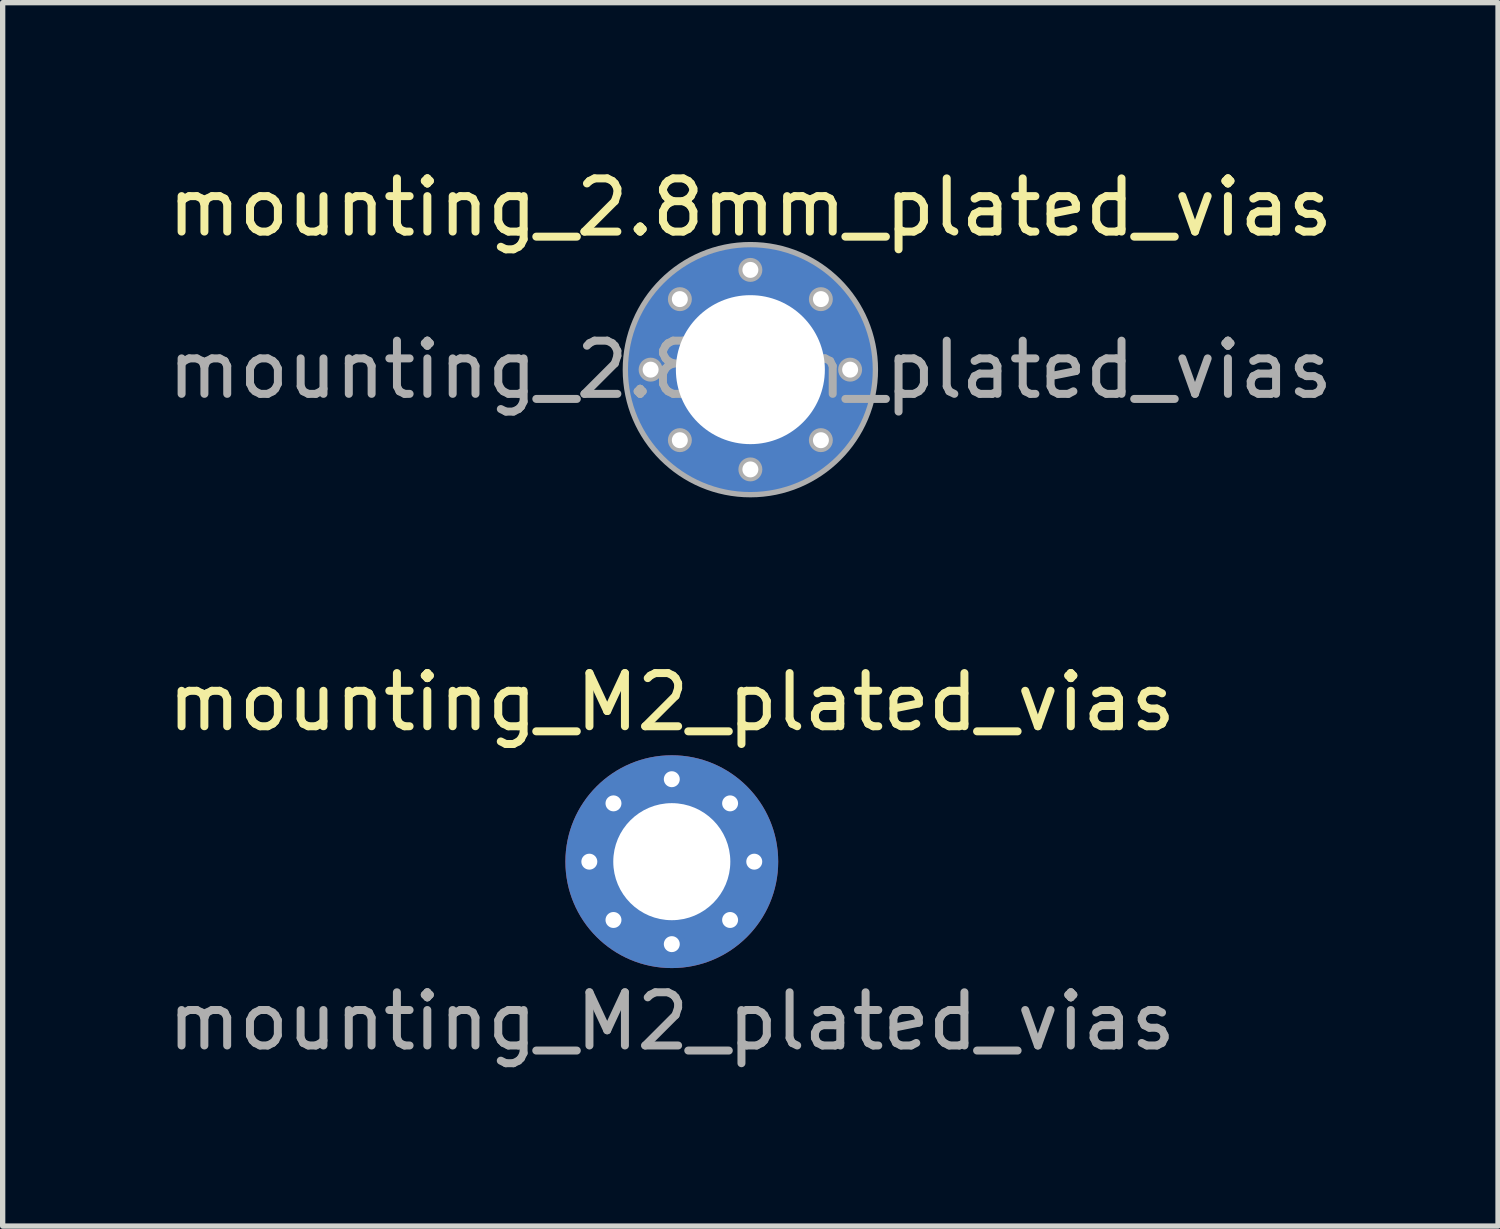
<source format=kicad_pcb>
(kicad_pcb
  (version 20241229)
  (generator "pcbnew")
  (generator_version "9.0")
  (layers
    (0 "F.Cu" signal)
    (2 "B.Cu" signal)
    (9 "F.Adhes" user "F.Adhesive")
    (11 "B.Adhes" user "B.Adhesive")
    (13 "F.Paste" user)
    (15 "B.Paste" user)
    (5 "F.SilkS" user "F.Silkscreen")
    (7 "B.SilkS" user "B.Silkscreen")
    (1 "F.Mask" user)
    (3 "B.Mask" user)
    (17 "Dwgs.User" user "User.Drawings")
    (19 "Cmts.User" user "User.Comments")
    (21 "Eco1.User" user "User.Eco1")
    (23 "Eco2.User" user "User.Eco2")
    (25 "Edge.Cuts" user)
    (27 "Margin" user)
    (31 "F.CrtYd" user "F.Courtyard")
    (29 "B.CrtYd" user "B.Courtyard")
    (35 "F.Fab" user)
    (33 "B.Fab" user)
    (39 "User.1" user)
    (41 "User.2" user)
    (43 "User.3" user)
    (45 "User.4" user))
  (footprint "mounting_M2_plated_vias"
    (layer "F.Cu")
    (at 9.577 13.146)
    (property "Reference" "mounting_M2_plated_vias" (at 0 -3 0) (unlocked yes) (layer "F.SilkS") (effects (font (size 1 1) (thickness 0.15))))
    (attr smd)
    (fp_text user "${REFERENCE}" (at 0 3 0) (unlocked yes) (layer "F.Fab") (effects (font (size 1 1) (thickness 0.15))))
    (pad "1" thru_hole circle (at -1.55 0 180) (size 0.5 0.5) (drill 0.3) (layers "*.Cu" "F.Mask" "F.Paste"))
    (pad "1" thru_hole circle (at -1.096 -1.096 135) (size 0.5 0.5) (drill 0.3) (layers "*.Cu" "F.Mask" "F.Paste"))
    (pad "1" thru_hole circle (at -1.096 1.096 225) (size 0.5 0.5) (drill 0.3) (layers "*.Cu" "F.Mask" "F.Paste"))
    (pad "1" thru_hole circle (at 0 -1.55 90) (size 0.5 0.5) (drill 0.3) (layers "*.Cu" "F.Mask" "F.Paste"))
    (pad "1" thru_hole circle (at 0 0) (size 4 4) (drill 2.2) (layers "*.Cu" "*.Mask"))
    (pad "1" thru_hole circle (at 0 1.55 270) (size 0.5 0.5) (drill 0.3) (layers "*.Cu" "F.Mask" "F.Paste"))
    (pad "1" thru_hole circle (at 1.096 -1.096 45) (size 0.5 0.5) (drill 0.3) (layers "*.Cu" "F.Mask" "F.Paste"))
    (pad "1" thru_hole circle (at 1.096 1.096 315) (size 0.5 0.5) (drill 0.3) (layers "*.Cu" "F.Mask" "F.Paste"))
    (pad "1" thru_hole circle (at 1.55 0) (size 0.5 0.5) (drill 0.3) (layers "*.Cu" "F.Mask" "F.Paste")))
  (footprint "mounting_2.8mm_plated_vias"
    (layer "F.Cu")
    (at 11.054 3.898)
    (property "Reference" "mounting_2.8mm_plated_vias" (at 0 -3.05 0) (unlocked yes) (layer "F.SilkS") (effects (font (size 1 1) (thickness 0.15))))
    (attr through_hole)
    (fp_circle (center -1.875 0) (end -2.05 0) (stroke (width 0.1) (type default)) (fill no) (layer "F.Fab"))
    (fp_circle (center -1.325 1.325) (end -1.325 1.5) (stroke (width 0.1) (type default)) (fill no) (layer "F.Fab"))
    (fp_circle (center -1.325 -1.325) (end -1.5 -1.325) (stroke (width 0.1) (type default)) (fill no) (layer "F.Fab"))
    (fp_circle (center 0 -1.875) (end 0 -2.05) (stroke (width 0.1) (type default)) (fill no) (layer "F.Fab"))
    (fp_circle (center 0 0) (end 0 -2.35) (stroke (width 0.1) (type default)) (fill no) (layer "F.Fab"))
    (fp_circle (center 0 1.875) (end 0 2.05) (stroke (width 0.1) (type default)) (fill no) (layer "F.Fab"))
    (fp_circle (center 1.325 1.325) (end 1.5 1.325) (stroke (width 0.1) (type default)) (fill no) (layer "F.Fab"))
    (fp_circle (center 1.325 -1.325) (end 1.325 -1.5) (stroke (width 0.1) (type default)) (fill no) (layer "F.Fab"))
    (fp_circle (center 1.875 0) (end 2.05 0) (stroke (width 0.1) (type default)) (fill no) (layer "F.Fab"))
    (fp_text user "${REFERENCE}" (at 0 0 0) (unlocked yes) (layer "F.Fab") (effects (font (size 1 1) (thickness 0.15))))
    (pad "1" thru_hole circle (at -1.875 0 90) (size 0.5 0.5) (drill 0.3) (layers "*.Cu" "F.Mask" "F.Paste"))
    (pad "1" thru_hole circle (at -1.326 -1.326 45) (size 0.5 0.5) (drill 0.3) (layers "*.Cu" "F.Mask" "F.Paste"))
    (pad "1" thru_hole circle (at -1.326 1.326 135) (size 0.5 0.5) (drill 0.3) (layers "*.Cu" "F.Mask" "F.Paste"))
    (pad "1" thru_hole circle (at 0 -1.875) (size 0.5 0.5) (drill 0.3) (layers "*.Cu" "F.Mask" "F.Paste"))
    (pad "1" thru_hole circle (at 0 0) (size 4.7 4.7) (drill 2.8) (layers "*.Cu" "*.Mask"))
    (pad "1" thru_hole circle (at 0 1.875 180) (size 0.5 0.5) (drill 0.3) (layers "*.Cu" "F.Mask" "F.Paste"))
    (pad "1" thru_hole circle (at 1.326 -1.326 315) (size 0.5 0.5) (drill 0.3) (layers "*.Cu" "F.Mask" "F.Paste"))
    (pad "1" thru_hole circle (at 1.326 1.326 225) (size 0.5 0.5) (drill 0.3) (layers "*.Cu" "F.Mask" "F.Paste"))
    (pad "1" thru_hole circle (at 1.875 0 270) (size 0.5 0.5) (drill 0.3) (layers "*.Cu" "F.Mask" "F.Paste")))
  (gr_rect
    (start -3 -3)
    (end 25.107 19.995)
    (stroke (width 0.1) (type default))
    (fill no)
    (layer "Edge.Cuts")))
</source>
